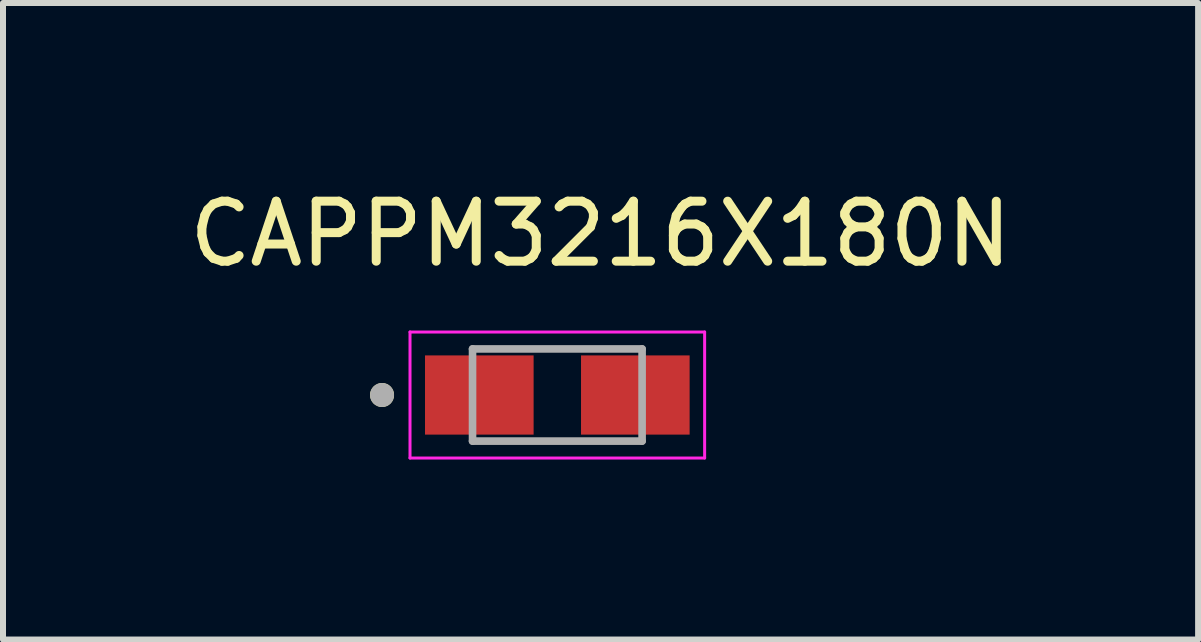
<source format=kicad_pcb>
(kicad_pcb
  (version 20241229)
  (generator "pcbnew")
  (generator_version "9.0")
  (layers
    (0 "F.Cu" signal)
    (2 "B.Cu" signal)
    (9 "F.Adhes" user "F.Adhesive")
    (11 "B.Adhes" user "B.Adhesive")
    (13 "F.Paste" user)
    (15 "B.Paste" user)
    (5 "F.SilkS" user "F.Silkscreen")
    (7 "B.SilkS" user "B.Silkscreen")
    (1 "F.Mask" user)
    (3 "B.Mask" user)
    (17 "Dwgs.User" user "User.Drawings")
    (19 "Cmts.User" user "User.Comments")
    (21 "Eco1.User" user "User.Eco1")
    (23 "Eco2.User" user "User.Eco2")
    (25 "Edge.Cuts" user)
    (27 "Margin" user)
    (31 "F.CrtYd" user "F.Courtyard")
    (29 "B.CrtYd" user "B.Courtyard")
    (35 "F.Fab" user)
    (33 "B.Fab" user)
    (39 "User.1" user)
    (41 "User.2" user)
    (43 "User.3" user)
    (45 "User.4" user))
  (footprint "CAPPM3216X180N"
    (layer "F.Cu")
    (at 6.238 3.533)
    (property "Reference" "CAPPM3216X180N" (at 0.72 -2.685 0) (layer "F.SilkS") (effects (font (size 1 1) (thickness 0.15))))
    (attr smd)
    (fp_circle (center -2.921 0) (end -2.821 0) (stroke (width 0.2) (type solid)) (fill no) (layer "F.SilkS"))
    (fp_line (start -2.455 -1.05) (end -2.455 1.05) (stroke (width 0.05) (type solid)) (layer "F.CrtYd"))
    (fp_line (start -2.455 1.05) (end 2.455 1.05) (stroke (width 0.05) (type solid)) (layer "F.CrtYd"))
    (fp_line (start 2.455 -1.05) (end -2.455 -1.05) (stroke (width 0.05) (type solid)) (layer "F.CrtYd"))
    (fp_line (start 2.455 1.05) (end 2.455 -1.05) (stroke (width 0.05) (type solid)) (layer "F.CrtYd"))
    (fp_line (start -1.413 -0.768) (end -1.413 0.768) (stroke (width 0.127) (type solid)) (layer "F.Fab"))
    (fp_line (start -1.413 0.768) (end 1.413 0.768) (stroke (width 0.127) (type solid)) (layer "F.Fab"))
    (fp_line (start 1.413 -0.768) (end -1.413 -0.768) (stroke (width 0.127) (type solid)) (layer "F.Fab"))
    (fp_line (start 1.413 0.768) (end 1.413 -0.768) (stroke (width 0.127) (type solid)) (layer "F.Fab"))
    (fp_circle (center -2.921 0) (end -2.821 0) (stroke (width 0.2) (type solid)) (fill no) (layer "F.Fab"))
    (pad "N" smd rect (at 1.3 0) (size 1.81 1.32) (layers "F.Cu" "F.Mask" "F.Paste"))
    (pad "P" smd rect (at -1.3 0) (size 1.81 1.32) (layers "F.Cu" "F.Mask" "F.Paste")))
  (gr_rect
    (start -3 -3)
    (end 16.917 7.608)
    (stroke (width 0.1) (type default))
    (fill no)
    (layer "Edge.Cuts")))
</source>
